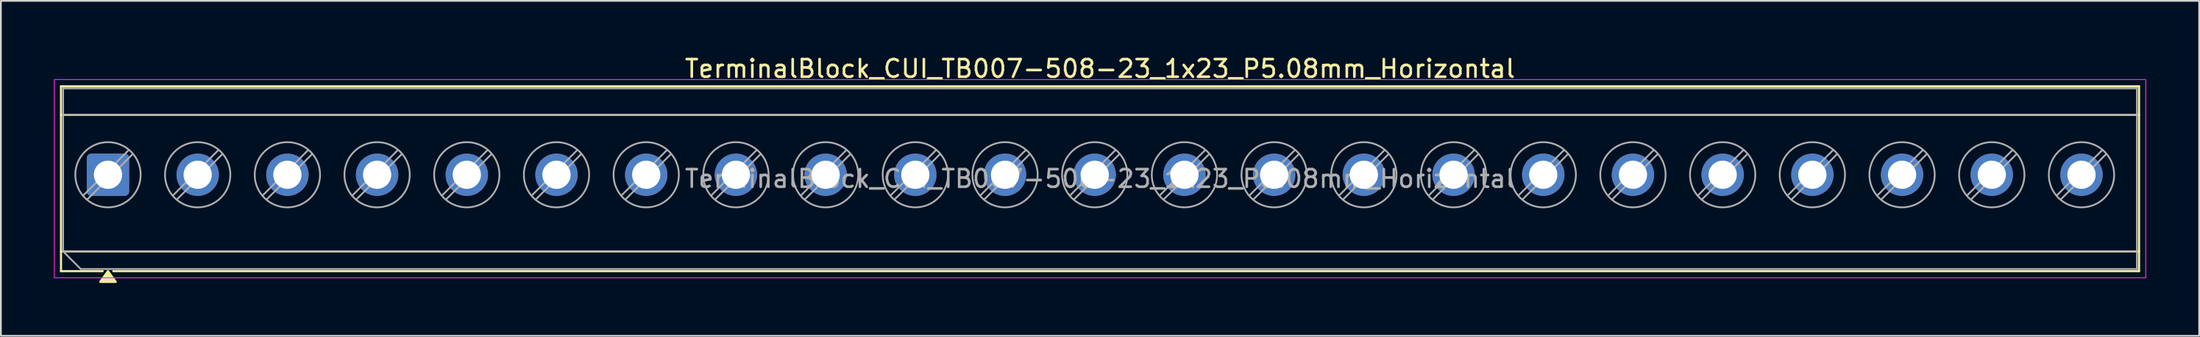
<source format=kicad_pcb>
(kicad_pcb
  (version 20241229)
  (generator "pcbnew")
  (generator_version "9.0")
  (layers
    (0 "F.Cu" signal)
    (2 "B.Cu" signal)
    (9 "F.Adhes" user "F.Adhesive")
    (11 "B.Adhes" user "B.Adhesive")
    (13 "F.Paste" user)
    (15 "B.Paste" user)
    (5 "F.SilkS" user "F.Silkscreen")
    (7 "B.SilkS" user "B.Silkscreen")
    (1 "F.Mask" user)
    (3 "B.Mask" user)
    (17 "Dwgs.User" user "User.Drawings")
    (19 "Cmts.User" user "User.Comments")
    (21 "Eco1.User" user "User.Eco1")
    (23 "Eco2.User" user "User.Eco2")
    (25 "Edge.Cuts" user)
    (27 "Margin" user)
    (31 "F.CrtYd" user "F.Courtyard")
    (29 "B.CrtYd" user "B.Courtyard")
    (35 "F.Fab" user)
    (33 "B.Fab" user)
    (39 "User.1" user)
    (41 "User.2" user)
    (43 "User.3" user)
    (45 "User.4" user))
  (footprint "TerminalBlock_CUI_TB007-508-23_1x23_P5.08mm_Horizontal"
    (layer "F.Cu")
    (at 3.065 6.868)
    (property "Reference" "TerminalBlock_CUI_TB007-508-23_1x23_P5.08mm_Horizontal" (at 56.18 -6.02 0) (layer "F.SilkS") (effects (font (size 1 1) (thickness 0.15))))
    (attr through_hole)
    (fp_line (start -2.66 -5.02) (end 115.02 -5.02) (stroke (width 0.12) (type solid)) (layer "F.SilkS"))
    (fp_line (start -2.66 -3.4) (end 115.02 -3.4) (stroke (width 0.12) (type solid)) (layer "F.SilkS"))
    (fp_line (start -2.66 4.35) (end 115.02 4.35) (stroke (width 0.12) (type solid)) (layer "F.SilkS"))
    (fp_line (start -2.66 5.47) (end -2.66 -5.02) (stroke (width 0.12) (type solid)) (layer "F.SilkS"))
    (fp_line (start -0.3 5.47) (end -2.66 5.47) (stroke (width 0.12) (type solid)) (layer "F.SilkS"))
    (fp_line (start 115.02 -5.02) (end 115.02 5.47) (stroke (width 0.12) (type solid)) (layer "F.SilkS"))
    (fp_line (start 115.02 5.47) (end 0.3 5.47) (stroke (width 0.12) (type solid)) (layer "F.SilkS"))
    (fp_poly (pts (xy 0 5.47) (xy 0.44 6.08) (xy -0.44 6.08)) (stroke (width 0.12) (type solid)) (fill yes) (layer "F.SilkS"))
    (fp_line (start -3.04 -5.4) (end -3.04 5.85) (stroke (width 0.05) (type solid)) (layer "F.CrtYd"))
    (fp_line (start -3.04 5.85) (end 115.4 5.85) (stroke (width 0.05) (type solid)) (layer "F.CrtYd"))
    (fp_line (start 115.4 -5.4) (end -3.04 -5.4) (stroke (width 0.05) (type solid)) (layer "F.CrtYd"))
    (fp_line (start 115.4 5.85) (end 115.4 -5.4) (stroke (width 0.05) (type solid)) (layer "F.CrtYd"))
    (fp_line (start -2.54 -4.9) (end 114.9 -4.9) (stroke (width 0.1) (type solid)) (layer "F.Fab"))
    (fp_line (start -2.54 -3.4) (end 114.9 -3.4) (stroke (width 0.1) (type solid)) (layer "F.Fab"))
    (fp_line (start -2.54 4.35) (end -2.54 -4.9) (stroke (width 0.1) (type solid)) (layer "F.Fab"))
    (fp_line (start -2.54 4.35) (end 114.9 4.35) (stroke (width 0.1) (type solid)) (layer "F.Fab"))
    (fp_line (start -1.54 5.35) (end -2.54 4.35) (stroke (width 0.1) (type solid)) (layer "F.Fab"))
    (fp_line (start 1.177 -1.403) (end -1.403 1.177) (stroke (width 0.1) (type solid)) (layer "F.Fab"))
    (fp_line (start 1.403 -1.177) (end -1.177 1.403) (stroke (width 0.1) (type solid)) (layer "F.Fab"))
    (fp_line (start 6.257 -1.403) (end 3.677 1.177) (stroke (width 0.1) (type solid)) (layer "F.Fab"))
    (fp_line (start 6.483 -1.177) (end 3.903 1.403) (stroke (width 0.1) (type solid)) (layer "F.Fab"))
    (fp_line (start 11.337 -1.403) (end 8.757 1.177) (stroke (width 0.1) (type solid)) (layer "F.Fab"))
    (fp_line (start 11.563 -1.177) (end 8.983 1.403) (stroke (width 0.1) (type solid)) (layer "F.Fab"))
    (fp_line (start 16.417 -1.403) (end 13.837 1.177) (stroke (width 0.1) (type solid)) (layer "F.Fab"))
    (fp_line (start 16.643 -1.177) (end 14.063 1.403) (stroke (width 0.1) (type solid)) (layer "F.Fab"))
    (fp_line (start 21.497 -1.403) (end 18.917 1.177) (stroke (width 0.1) (type solid)) (layer "F.Fab"))
    (fp_line (start 21.723 -1.177) (end 19.143 1.403) (stroke (width 0.1) (type solid)) (layer "F.Fab"))
    (fp_line (start 26.577 -1.403) (end 23.997 1.177) (stroke (width 0.1) (type solid)) (layer "F.Fab"))
    (fp_line (start 26.803 -1.177) (end 24.223 1.403) (stroke (width 0.1) (type solid)) (layer "F.Fab"))
    (fp_line (start 31.657 -1.403) (end 29.077 1.177) (stroke (width 0.1) (type solid)) (layer "F.Fab"))
    (fp_line (start 31.883 -1.177) (end 29.303 1.403) (stroke (width 0.1) (type solid)) (layer "F.Fab"))
    (fp_line (start 36.737 -1.403) (end 34.157 1.177) (stroke (width 0.1) (type solid)) (layer "F.Fab"))
    (fp_line (start 36.963 -1.177) (end 34.383 1.403) (stroke (width 0.1) (type solid)) (layer "F.Fab"))
    (fp_line (start 41.817 -1.403) (end 39.237 1.177) (stroke (width 0.1) (type solid)) (layer "F.Fab"))
    (fp_line (start 42.043 -1.177) (end 39.463 1.403) (stroke (width 0.1) (type solid)) (layer "F.Fab"))
    (fp_line (start 46.897 -1.403) (end 44.317 1.177) (stroke (width 0.1) (type solid)) (layer "F.Fab"))
    (fp_line (start 47.123 -1.177) (end 44.543 1.403) (stroke (width 0.1) (type solid)) (layer "F.Fab"))
    (fp_line (start 51.977 -1.403) (end 49.397 1.177) (stroke (width 0.1) (type solid)) (layer "F.Fab"))
    (fp_line (start 52.203 -1.177) (end 49.623 1.403) (stroke (width 0.1) (type solid)) (layer "F.Fab"))
    (fp_line (start 57.057 -1.403) (end 54.477 1.177) (stroke (width 0.1) (type solid)) (layer "F.Fab"))
    (fp_line (start 57.283 -1.177) (end 54.703 1.403) (stroke (width 0.1) (type solid)) (layer "F.Fab"))
    (fp_line (start 62.137 -1.403) (end 59.557 1.177) (stroke (width 0.1) (type solid)) (layer "F.Fab"))
    (fp_line (start 62.363 -1.177) (end 59.783 1.403) (stroke (width 0.1) (type solid)) (layer "F.Fab"))
    (fp_line (start 67.217 -1.403) (end 64.637 1.177) (stroke (width 0.1) (type solid)) (layer "F.Fab"))
    (fp_line (start 67.443 -1.177) (end 64.863 1.403) (stroke (width 0.1) (type solid)) (layer "F.Fab"))
    (fp_line (start 72.297 -1.403) (end 69.717 1.177) (stroke (width 0.1) (type solid)) (layer "F.Fab"))
    (fp_line (start 72.523 -1.177) (end 69.943 1.403) (stroke (width 0.1) (type solid)) (layer "F.Fab"))
    (fp_line (start 77.377 -1.403) (end 74.797 1.177) (stroke (width 0.1) (type solid)) (layer "F.Fab"))
    (fp_line (start 77.603 -1.177) (end 75.023 1.403) (stroke (width 0.1) (type solid)) (layer "F.Fab"))
    (fp_line (start 82.457 -1.403) (end 79.877 1.177) (stroke (width 0.1) (type solid)) (layer "F.Fab"))
    (fp_line (start 82.683 -1.177) (end 80.103 1.403) (stroke (width 0.1) (type solid)) (layer "F.Fab"))
    (fp_line (start 87.537 -1.403) (end 84.957 1.177) (stroke (width 0.1) (type solid)) (layer "F.Fab"))
    (fp_line (start 87.763 -1.177) (end 85.183 1.403) (stroke (width 0.1) (type solid)) (layer "F.Fab"))
    (fp_line (start 92.617 -1.403) (end 90.037 1.177) (stroke (width 0.1) (type solid)) (layer "F.Fab"))
    (fp_line (start 92.843 -1.177) (end 90.263 1.403) (stroke (width 0.1) (type solid)) (layer "F.Fab"))
    (fp_line (start 97.697 -1.403) (end 95.117 1.177) (stroke (width 0.1) (type solid)) (layer "F.Fab"))
    (fp_line (start 97.923 -1.177) (end 95.343 1.403) (stroke (width 0.1) (type solid)) (layer "F.Fab"))
    (fp_line (start 102.777 -1.403) (end 100.197 1.177) (stroke (width 0.1) (type solid)) (layer "F.Fab"))
    (fp_line (start 103.003 -1.177) (end 100.423 1.403) (stroke (width 0.1) (type solid)) (layer "F.Fab"))
    (fp_line (start 107.857 -1.403) (end 105.277 1.177) (stroke (width 0.1) (type solid)) (layer "F.Fab"))
    (fp_line (start 108.083 -1.177) (end 105.503 1.403) (stroke (width 0.1) (type solid)) (layer "F.Fab"))
    (fp_line (start 112.937 -1.403) (end 110.357 1.177) (stroke (width 0.1) (type solid)) (layer "F.Fab"))
    (fp_line (start 113.163 -1.177) (end 110.583 1.403) (stroke (width 0.1) (type solid)) (layer "F.Fab"))
    (fp_line (start 114.9 -4.9) (end 114.9 5.35) (stroke (width 0.1) (type solid)) (layer "F.Fab"))
    (fp_line (start 114.9 5.35) (end -1.54 5.35) (stroke (width 0.1) (type solid)) (layer "F.Fab"))
    (fp_circle (center 0 0) (end 1.85 0) (stroke (width 0.1) (type solid)) (fill no) (layer "F.Fab"))
    (fp_circle (center 5.08 0) (end 6.93 0) (stroke (width 0.1) (type solid)) (fill no) (layer "F.Fab"))
    (fp_circle (center 10.16 0) (end 12.01 0) (stroke (width 0.1) (type solid)) (fill no) (layer "F.Fab"))
    (fp_circle (center 15.24 0) (end 17.09 0) (stroke (width 0.1) (type solid)) (fill no) (layer "F.Fab"))
    (fp_circle (center 20.32 0) (end 22.17 0) (stroke (width 0.1) (type solid)) (fill no) (layer "F.Fab"))
    (fp_circle (center 25.4 0) (end 27.25 0) (stroke (width 0.1) (type solid)) (fill no) (layer "F.Fab"))
    (fp_circle (center 30.48 0) (end 32.33 0) (stroke (width 0.1) (type solid)) (fill no) (layer "F.Fab"))
    (fp_circle (center 35.56 0) (end 37.41 0) (stroke (width 0.1) (type solid)) (fill no) (layer "F.Fab"))
    (fp_circle (center 40.64 0) (end 42.49 0) (stroke (width 0.1) (type solid)) (fill no) (layer "F.Fab"))
    (fp_circle (center 45.72 0) (end 47.57 0) (stroke (width 0.1) (type solid)) (fill no) (layer "F.Fab"))
    (fp_circle (center 50.8 0) (end 52.65 0) (stroke (width 0.1) (type solid)) (fill no) (layer "F.Fab"))
    (fp_circle (center 55.88 0) (end 57.73 0) (stroke (width 0.1) (type solid)) (fill no) (layer "F.Fab"))
    (fp_circle (center 60.96 0) (end 62.81 0) (stroke (width 0.1) (type solid)) (fill no) (layer "F.Fab"))
    (fp_circle (center 66.04 0) (end 67.89 0) (stroke (width 0.1) (type solid)) (fill no) (layer "F.Fab"))
    (fp_circle (center 71.12 0) (end 72.97 0) (stroke (width 0.1) (type solid)) (fill no) (layer "F.Fab"))
    (fp_circle (center 76.2 0) (end 78.05 0) (stroke (width 0.1) (type solid)) (fill no) (layer "F.Fab"))
    (fp_circle (center 81.28 0) (end 83.13 0) (stroke (width 0.1) (type solid)) (fill no) (layer "F.Fab"))
    (fp_circle (center 86.36 0) (end 88.21 0) (stroke (width 0.1) (type solid)) (fill no) (layer "F.Fab"))
    (fp_circle (center 91.44 0) (end 93.29 0) (stroke (width 0.1) (type solid)) (fill no) (layer "F.Fab"))
    (fp_circle (center 96.52 0) (end 98.37 0) (stroke (width 0.1) (type solid)) (fill no) (layer "F.Fab"))
    (fp_circle (center 101.6 0) (end 103.45 0) (stroke (width 0.1) (type solid)) (fill no) (layer "F.Fab"))
    (fp_circle (center 106.68 0) (end 108.53 0) (stroke (width 0.1) (type solid)) (fill no) (layer "F.Fab"))
    (fp_circle (center 111.76 0) (end 113.61 0) (stroke (width 0.1) (type solid)) (fill no) (layer "F.Fab"))
    (fp_text user "${REFERENCE}" (at 56.18 0.225 0) (layer "F.Fab") (effects (font (size 1 1) (thickness 0.15))))
    (pad "1" thru_hole roundrect (at 0 0) (size 2.4 2.4) (drill 1.6) (layers "*.Cu" "*.Mask") (roundrect_rratio 0.104))
    (pad "2" thru_hole circle (at 5.08 0) (size 2.4 2.4) (drill 1.6) (layers "*.Cu" "*.Mask"))
    (pad "3" thru_hole circle (at 10.16 0) (size 2.4 2.4) (drill 1.6) (layers "*.Cu" "*.Mask"))
    (pad "4" thru_hole circle (at 15.24 0) (size 2.4 2.4) (drill 1.6) (layers "*.Cu" "*.Mask"))
    (pad "5" thru_hole circle (at 20.32 0) (size 2.4 2.4) (drill 1.6) (layers "*.Cu" "*.Mask"))
    (pad "6" thru_hole circle (at 25.4 0) (size 2.4 2.4) (drill 1.6) (layers "*.Cu" "*.Mask"))
    (pad "7" thru_hole circle (at 30.48 0) (size 2.4 2.4) (drill 1.6) (layers "*.Cu" "*.Mask"))
    (pad "8" thru_hole circle (at 35.56 0) (size 2.4 2.4) (drill 1.6) (layers "*.Cu" "*.Mask"))
    (pad "9" thru_hole circle (at 40.64 0) (size 2.4 2.4) (drill 1.6) (layers "*.Cu" "*.Mask"))
    (pad "10" thru_hole circle (at 45.72 0) (size 2.4 2.4) (drill 1.6) (layers "*.Cu" "*.Mask"))
    (pad "11" thru_hole circle (at 50.8 0) (size 2.4 2.4) (drill 1.6) (layers "*.Cu" "*.Mask"))
    (pad "12" thru_hole circle (at 55.88 0) (size 2.4 2.4) (drill 1.6) (layers "*.Cu" "*.Mask"))
    (pad "13" thru_hole circle (at 60.96 0) (size 2.4 2.4) (drill 1.6) (layers "*.Cu" "*.Mask"))
    (pad "14" thru_hole circle (at 66.04 0) (size 2.4 2.4) (drill 1.6) (layers "*.Cu" "*.Mask"))
    (pad "15" thru_hole circle (at 71.12 0) (size 2.4 2.4) (drill 1.6) (layers "*.Cu" "*.Mask"))
    (pad "16" thru_hole circle (at 76.2 0) (size 2.4 2.4) (drill 1.6) (layers "*.Cu" "*.Mask"))
    (pad "17" thru_hole circle (at 81.28 0) (size 2.4 2.4) (drill 1.6) (layers "*.Cu" "*.Mask"))
    (pad "18" thru_hole circle (at 86.36 0) (size 2.4 2.4) (drill 1.6) (layers "*.Cu" "*.Mask"))
    (pad "19" thru_hole circle (at 91.44 0) (size 2.4 2.4) (drill 1.6) (layers "*.Cu" "*.Mask"))
    (pad "20" thru_hole circle (at 96.52 0) (size 2.4 2.4) (drill 1.6) (layers "*.Cu" "*.Mask"))
    (pad "21" thru_hole circle (at 101.6 0) (size 2.4 2.4) (drill 1.6) (layers "*.Cu" "*.Mask"))
    (pad "22" thru_hole circle (at 106.68 0) (size 2.4 2.4) (drill 1.6) (layers "*.Cu" "*.Mask"))
    (pad "23" thru_hole circle (at 111.76 0) (size 2.4 2.4) (drill 1.6) (layers "*.Cu" "*.Mask")))
  (gr_rect
    (start -3 -3)
    (end 121.49 16.008)
    (stroke (width 0.1) (type default))
    (fill no)
    (layer "Edge.Cuts")))
</source>
